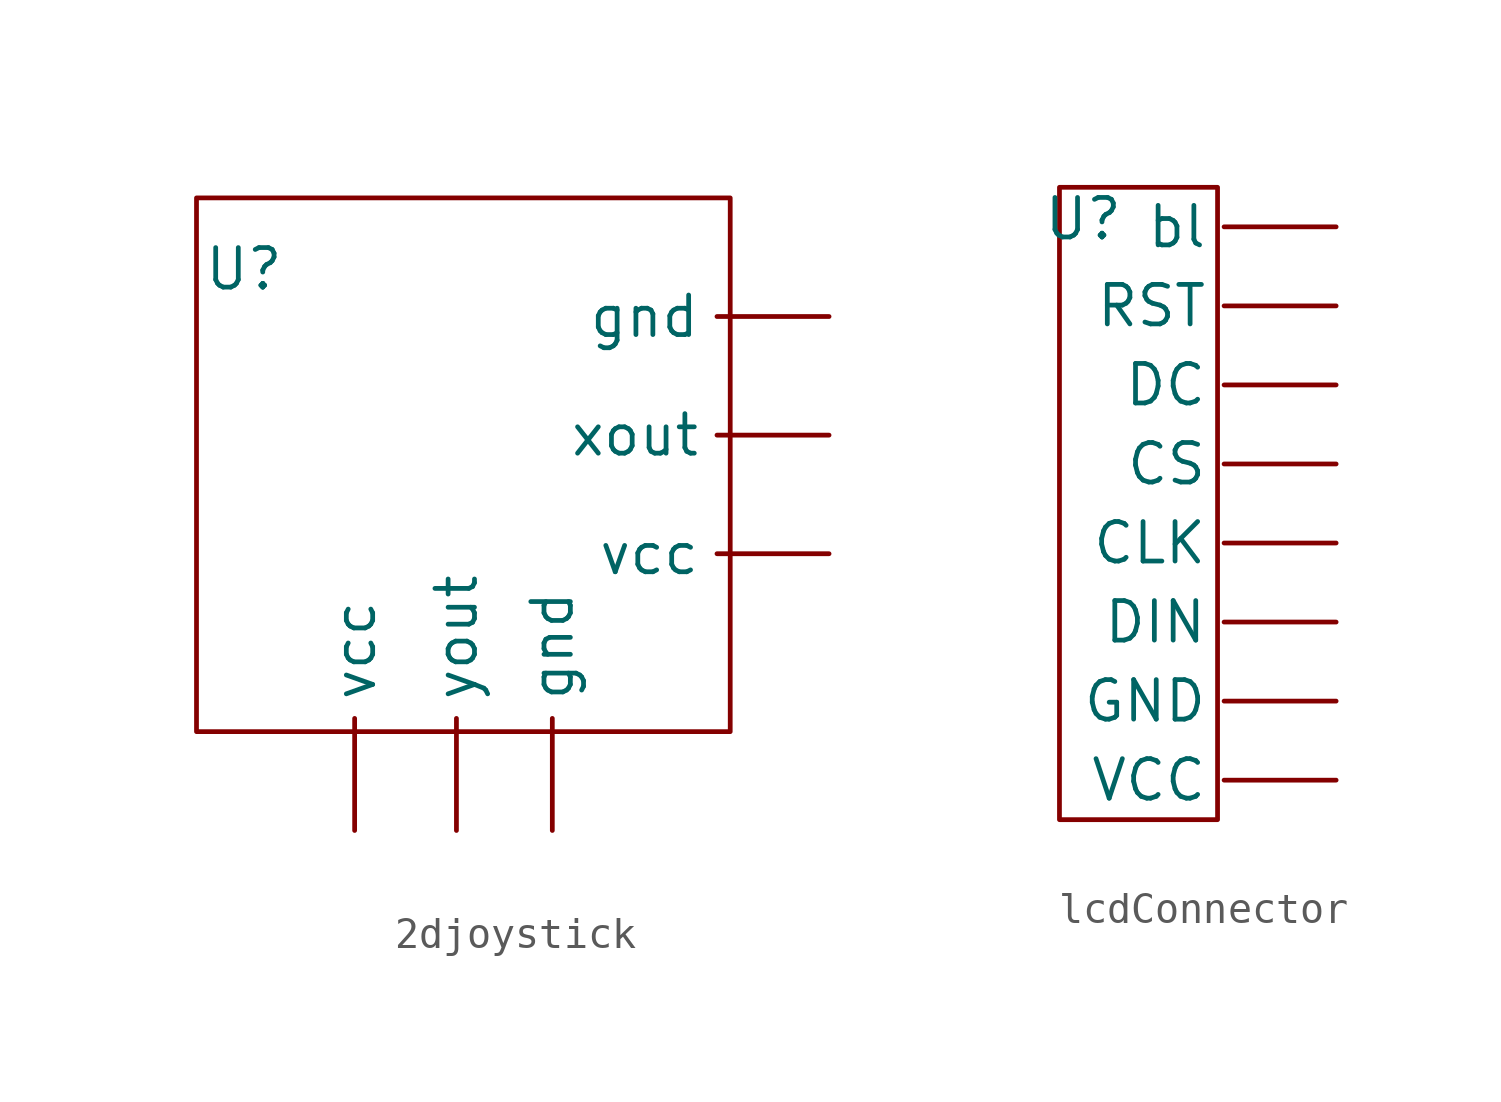
<source format=kicad_sym>
(kicad_symbol_lib
  (version 20241209)
  (generator "kicad_symbol_editor")
  (generator_version "9.0")
  (symbol "2djoystick"
    (property "Reference" "U"
      (at 1.524 -2.286 0)
      (effects (font (size 1.27 1.27))))
    (property "Value" ""
      (at 0 0 0)
      (effects (font (size 1.27 1.27))))
    (symbol "2djoystick_0_1"
      (rectangle (start 0 0) (end 17.145 -17.145) (stroke (width 0) (type default)) (fill (type none))))
    (symbol "2djoystick_1_1"
      (pin power_in line (at 5.08 -20.32 90) (length 3.6) (name "vcc" (effects (font (size 1.27 1.27)))) (number "" (effects (font (size 1.27 1.27)))))
      (pin output line (at 8.35 -20.32 90) (length 3.6) (name "yout" (effects (font (size 1.27 1.27)))) (number "" (effects (font (size 1.27 1.27)))))
      (pin output line (at 11.43 -20.32 90) (length 3.6) (name "gnd" (effects (font (size 1.27 1.27)))) (number "" (effects (font (size 1.27 1.27)))))
      (pin output line (at 20.32 -3.81 180) (length 3.6) (name "gnd" (effects (font (size 1.27 1.27)))) (number "" (effects (font (size 1.27 1.27)))))
      (pin output line (at 20.32 -7.62 180) (length 3.6) (name "xout" (effects (font (size 1.27 1.27)))) (number "" (effects (font (size 1.27 1.27)))))
      (pin power_in line (at 20.32 -11.43 180) (length 3.6) (name "vcc" (effects (font (size 1.27 1.27)))) (number "" (effects (font (size 1.27 1.27)))))))
  (symbol "lcdConnector"
    (property "Reference" "U"
      (at -1.778 9.144 0)
      (effects (font (size 1.27 1.27))))
    (property "Value" ""
      (at 0 0 0)
      (effects (font (size 1.27 1.27))))
    (symbol "lcdConnector_0_1"
      (rectangle (start -2.54 10.16) (end 2.54 -10.16) (stroke (width 0) (type default)) (fill (type none))))
    (symbol "lcdConnector_1_1"
      (pin input line (at 6.35 8.89 180) (length 3.6) (name "bl" (effects (font (size 1.27 1.27)))) (number "" (effects (font (size 1.27 1.27)))))
      (pin input line (at 6.35 6.35 180) (length 3.6) (name "RST" (effects (font (size 1.27 1.27)))) (number "" (effects (font (size 1.27 1.27)))))
      (pin input line (at 6.35 3.81 180) (length 3.6) (name "DC" (effects (font (size 1.27 1.27)))) (number "" (effects (font (size 1.27 1.27)))))
      (pin input line (at 6.35 1.27 180) (length 3.6) (name "CS" (effects (font (size 1.27 1.27)))) (number "" (effects (font (size 1.27 1.27)))))
      (pin input line (at 6.35 -1.27 180) (length 3.6) (name "CLK" (effects (font (size 1.27 1.27)))) (number "" (effects (font (size 1.27 1.27)))))
      (pin input line (at 6.35 -3.81 180) (length 3.6) (name "DIN" (effects (font (size 1.27 1.27)))) (number "" (effects (font (size 1.27 1.27)))))
      (pin input line (at 6.35 -6.35 180) (length 3.6) (name "GND" (effects (font (size 1.27 1.27)))) (number "" (effects (font (size 1.27 1.27)))))
      (pin input line (at 6.35 -8.89 180) (length 3.6) (name "VCC" (effects (font (size 1.27 1.27)))) (number "" (effects (font (size 1.27 1.27))))))))
</source>
